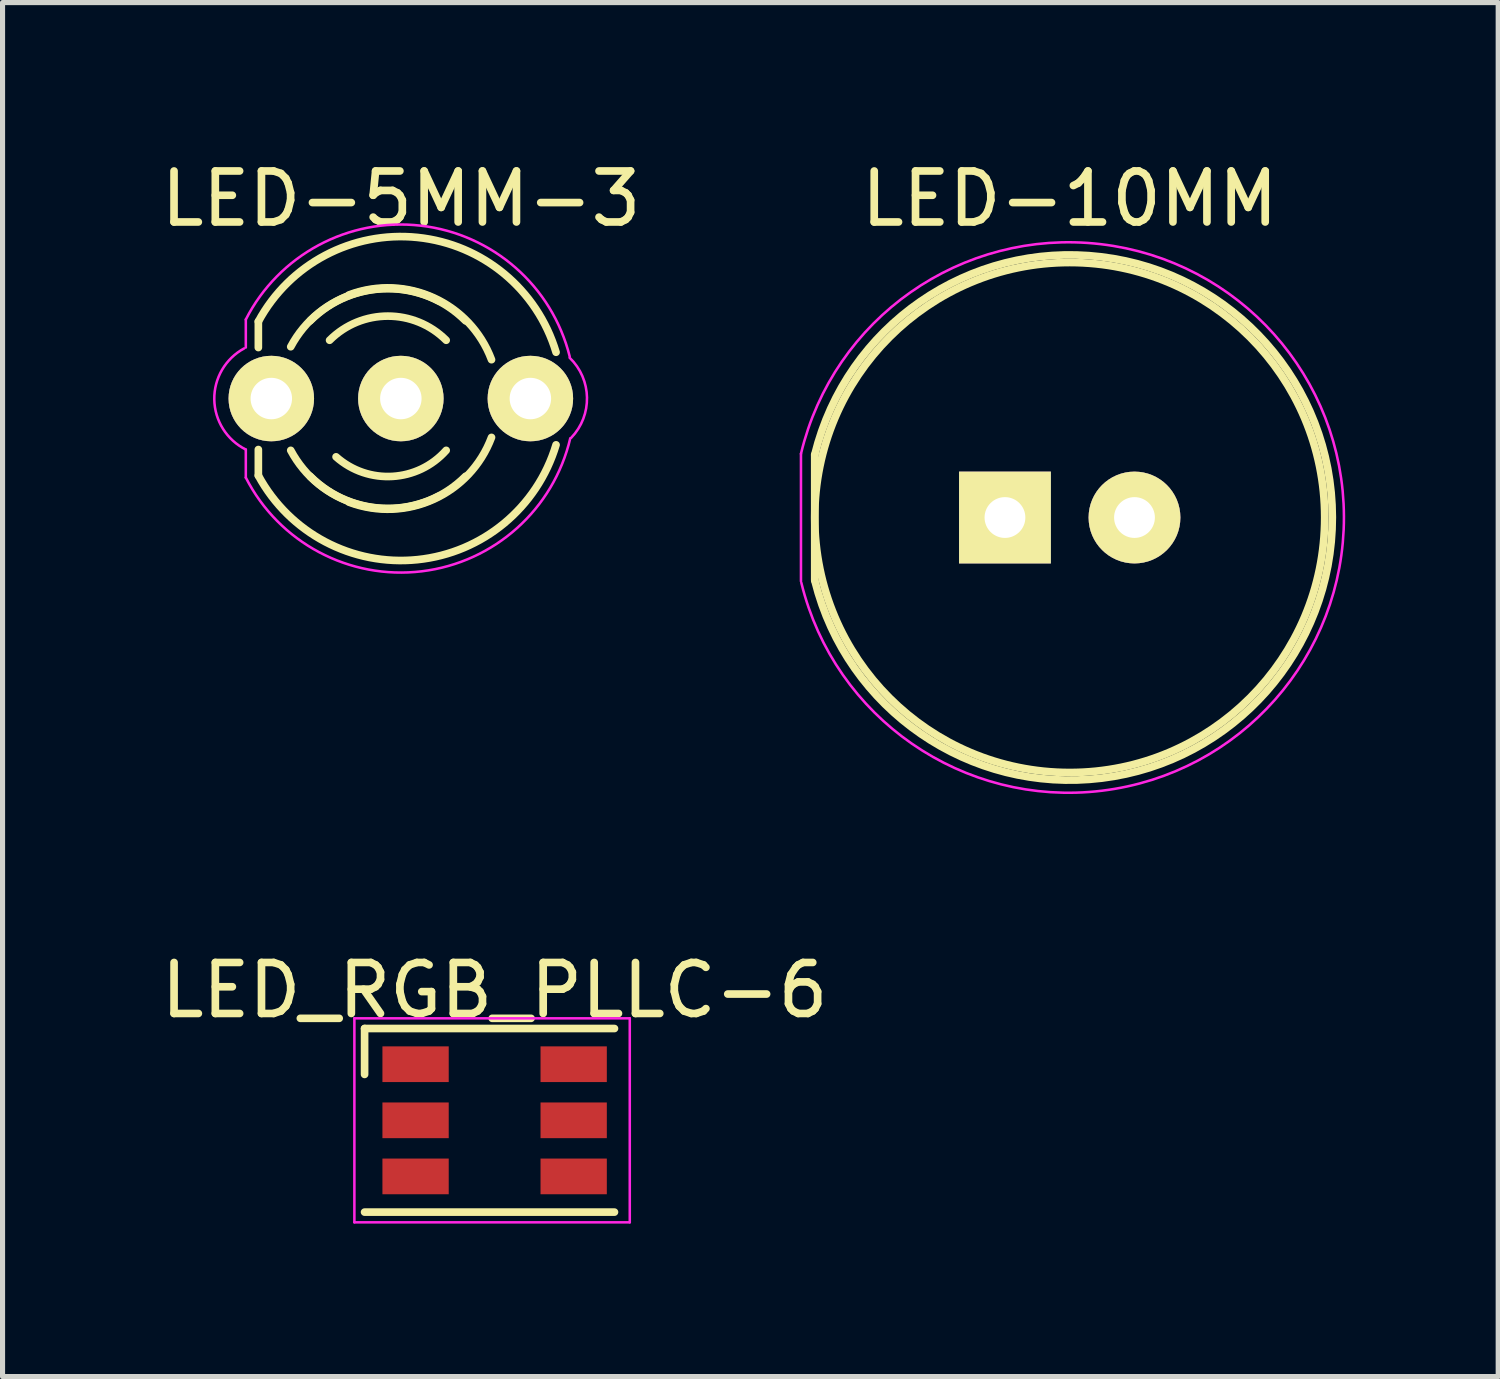
<source format=kicad_pcb>
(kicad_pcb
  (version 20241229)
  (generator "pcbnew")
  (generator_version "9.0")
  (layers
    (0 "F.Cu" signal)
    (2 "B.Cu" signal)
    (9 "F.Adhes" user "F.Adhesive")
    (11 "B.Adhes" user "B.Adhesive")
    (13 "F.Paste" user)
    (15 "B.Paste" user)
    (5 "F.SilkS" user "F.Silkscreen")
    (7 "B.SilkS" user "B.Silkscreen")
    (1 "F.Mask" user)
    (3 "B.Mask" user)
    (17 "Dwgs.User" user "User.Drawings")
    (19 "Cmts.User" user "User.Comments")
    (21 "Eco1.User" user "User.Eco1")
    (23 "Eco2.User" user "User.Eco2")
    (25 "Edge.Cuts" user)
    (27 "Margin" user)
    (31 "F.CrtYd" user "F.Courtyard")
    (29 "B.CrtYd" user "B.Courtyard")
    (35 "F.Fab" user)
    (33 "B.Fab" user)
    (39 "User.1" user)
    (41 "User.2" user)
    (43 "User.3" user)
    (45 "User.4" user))
  (footprint "LED-10MM"
    (layer "F.Cu")
    (at 16.656 7.098)
    (property "Reference" "LED-10MM" (at 1.27 -6.25 0) (layer "F.SilkS") (effects (font (size 1 1) (thickness 0.15))))
    (attr through_hole)
    (fp_line (start -3.73 -1.23) (end -3.73 1.23) (stroke (width 0.15) (type solid)) (layer "F.SilkS"))
    (fp_arc (start -3.73 -1.23) (mid 6.419063 -0.007159) (end -3.72656 1.243899) (stroke (width 0.15) (type solid)) (layer "F.SilkS"))
    (fp_circle (center 1.27 0) (end 1.27 5) (stroke (width 0.15) (type solid)) (fill no) (layer "F.SilkS"))
    (fp_line (start -4 -1.25) (end -4 1.25) (stroke (width 0.05) (type solid)) (layer "F.CrtYd"))
    (fp_arc (start -4 -1.25) (mid 6.646738 -0.014835) (end -3.993048 1.278845) (stroke (width 0.05) (type solid)) (layer "F.CrtYd"))
    (pad "1" thru_hole rect (at 0 0 180) (size 1.8 1.8) (drill 0.8) (layers "*.Cu" "*.Mask" "F.SilkS"))
    (pad "2" thru_hole circle (at 2.54 0 180) (size 1.8 1.8) (drill 0.8) (layers "*.Cu" "*.Mask" "F.SilkS")))
  (footprint "LED-5MM-3"
    (layer "F.Cu")
    (at 2.27 4.765)
    (property "Reference" "LED-5MM-3" (at 2.545 -3.917 0) (layer "F.SilkS") (effects (font (size 1 1) (thickness 0.15))))
    (attr through_hole)
    (fp_line (start -0.254 -1.51) (end -0.254 -1) (stroke (width 0.15) (type solid)) (layer "F.SilkS"))
    (fp_line (start -0.254 1) (end -0.254 1.51) (stroke (width 0.15) (type solid)) (layer "F.SilkS"))
    (fp_arc (start -0.254 -1.51) (mid 2.865841 -3.159171) (end 5.583388 -0.907925) (stroke (width 0.15) (type solid)) (layer "F.SilkS"))
    (fp_arc (start 0.381 -1.016) (mid 1.657382 -2.065459) (end 3.302 -1.905) (stroke (width 0.15) (type solid)) (layer "F.SilkS"))
    (fp_arc (start 0.762 -1.524) (mid 2.286 -2.155261) (end 3.81 -1.524) (stroke (width 0.15) (type solid)) (layer "F.SilkS"))
    (fp_arc (start 1.143 -1.143) (mid 2.286 -1.616446) (end 3.429 -1.143) (stroke (width 0.15) (type solid)) (layer "F.SilkS"))
    (fp_arc (start 1.524 -2.032) (mid 3.184026 -1.975656) (end 4.318 -0.762) (stroke (width 0.15) (type solid)) (layer "F.SilkS"))
    (fp_arc (start 3.302 1.905) (mid 1.657382 2.065459) (end 0.381 1.016) (stroke (width 0.15) (type solid)) (layer "F.SilkS"))
    (fp_arc (start 3.429 1.016) (mid 2.375803 1.526644) (end 1.27 1.143) (stroke (width 0.15) (type solid)) (layer "F.SilkS"))
    (fp_arc (start 3.81 1.524) (mid 2.286 2.155261) (end 0.762 1.524) (stroke (width 0.15) (type solid)) (layer "F.SilkS"))
    (fp_arc (start 4.318 0.762) (mid 3.184026 1.975656) (end 1.524 2.032) (stroke (width 0.15) (type solid)) (layer "F.SilkS"))
    (fp_arc (start 5.583388 0.907925) (mid 2.865841 3.159172) (end -0.254 1.51) (stroke (width 0.15) (type solid)) (layer "F.SilkS"))
    (fp_line (start -0.5 -1) (end -0.5 -1.55) (stroke (width 0.05) (type solid)) (layer "F.CrtYd"))
    (fp_line (start -0.5 1) (end -0.5 1.55) (stroke (width 0.05) (type solid)) (layer "F.CrtYd"))
    (fp_arc (start -0.5 -1.55) (mid 2.927211 -3.390305) (end 5.851209 -0.82462) (stroke (width 0.05) (type solid)) (layer "F.CrtYd"))
    (fp_arc (start -0.5 1) (mid -1.117885 0.018243) (end -0.532364 -0.983152) (stroke (width 0.05) (type solid)) (layer "F.CrtYd"))
    (fp_arc (start 5.85 -0.8) (mid 6.190158 -0.021213) (end 5.88 0.77) (stroke (width 0.05) (type solid)) (layer "F.CrtYd"))
    (fp_arc (start 5.862399 0.778308) (mid 2.95087 3.387519) (end -0.5 1.55) (stroke (width 0.05) (type solid)) (layer "F.CrtYd"))
    (pad "1" thru_hole circle (at 0 0 180) (size 1.676 1.676) (drill 0.813) (layers "*.Cu" "*.Mask" "F.SilkS"))
    (pad "2" thru_hole circle (at 2.54 0 180) (size 1.676 1.676) (drill 0.813) (layers "*.Cu" "*.Mask" "F.SilkS"))
    (pad "3" thru_hole circle (at 5.08 0 180) (size 1.676 1.676) (drill 0.813) (layers "*.Cu" "*.Mask" "F.SilkS")))
  (footprint "LED_RGB_PLLC-6"
    (layer "F.Cu")
    (at 6.649 18.918)
    (property "Reference" "LED_RGB_PLLC-6" (at 0 -2.55 180) (layer "F.SilkS") (effects (font (size 1 1) (thickness 0.15))))
    (attr smd)
    (fp_line (start -2.55 -1.8) (end -2.55 -0.9) (stroke (width 0.15) (type solid)) (layer "F.SilkS"))
    (fp_line (start -2.55 1.8) (end 2.35 1.8) (stroke (width 0.15) (type solid)) (layer "F.SilkS"))
    (fp_line (start 2.35 -1.8) (end -2.55 -1.8) (stroke (width 0.15) (type solid)) (layer "F.SilkS"))
    (fp_line (start -2.75 -2) (end -2.75 2) (stroke (width 0.05) (type solid)) (layer "F.CrtYd"))
    (fp_line (start -2.75 -2) (end 2.65 -2) (stroke (width 0.05) (type solid)) (layer "F.CrtYd"))
    (fp_line (start -2.75 2) (end 2.65 2) (stroke (width 0.05) (type solid)) (layer "F.CrtYd"))
    (fp_line (start 2.65 -2) (end 2.65 2) (stroke (width 0.05) (type solid)) (layer "F.CrtYd"))
    (pad "1" smd rect (at -1.55 -1.1 90) (size 0.7 1.3) (layers "F.Cu" "F.Mask" "F.Paste"))
    (pad "2" smd rect (at -1.55 0 90) (size 0.7 1.3) (layers "F.Cu" "F.Mask" "F.Paste"))
    (pad "3" smd rect (at -1.55 1.1 90) (size 0.7 1.3) (layers "F.Cu" "F.Mask" "F.Paste"))
    (pad "4" smd rect (at 1.55 1.1 90) (size 0.7 1.3) (layers "F.Cu" "F.Mask" "F.Paste"))
    (pad "5" smd rect (at 1.55 0 90) (size 0.7 1.3) (layers "F.Cu" "F.Mask" "F.Paste"))
    (pad "6" smd rect (at 1.55 -1.1 90) (size 0.7 1.3) (layers "F.Cu" "F.Mask" "F.Paste")))
  (gr_rect
    (start -3 -3)
    (end 26.328 23.943)
    (stroke (width 0.1) (type default))
    (fill no)
    (layer "Edge.Cuts")))
</source>
